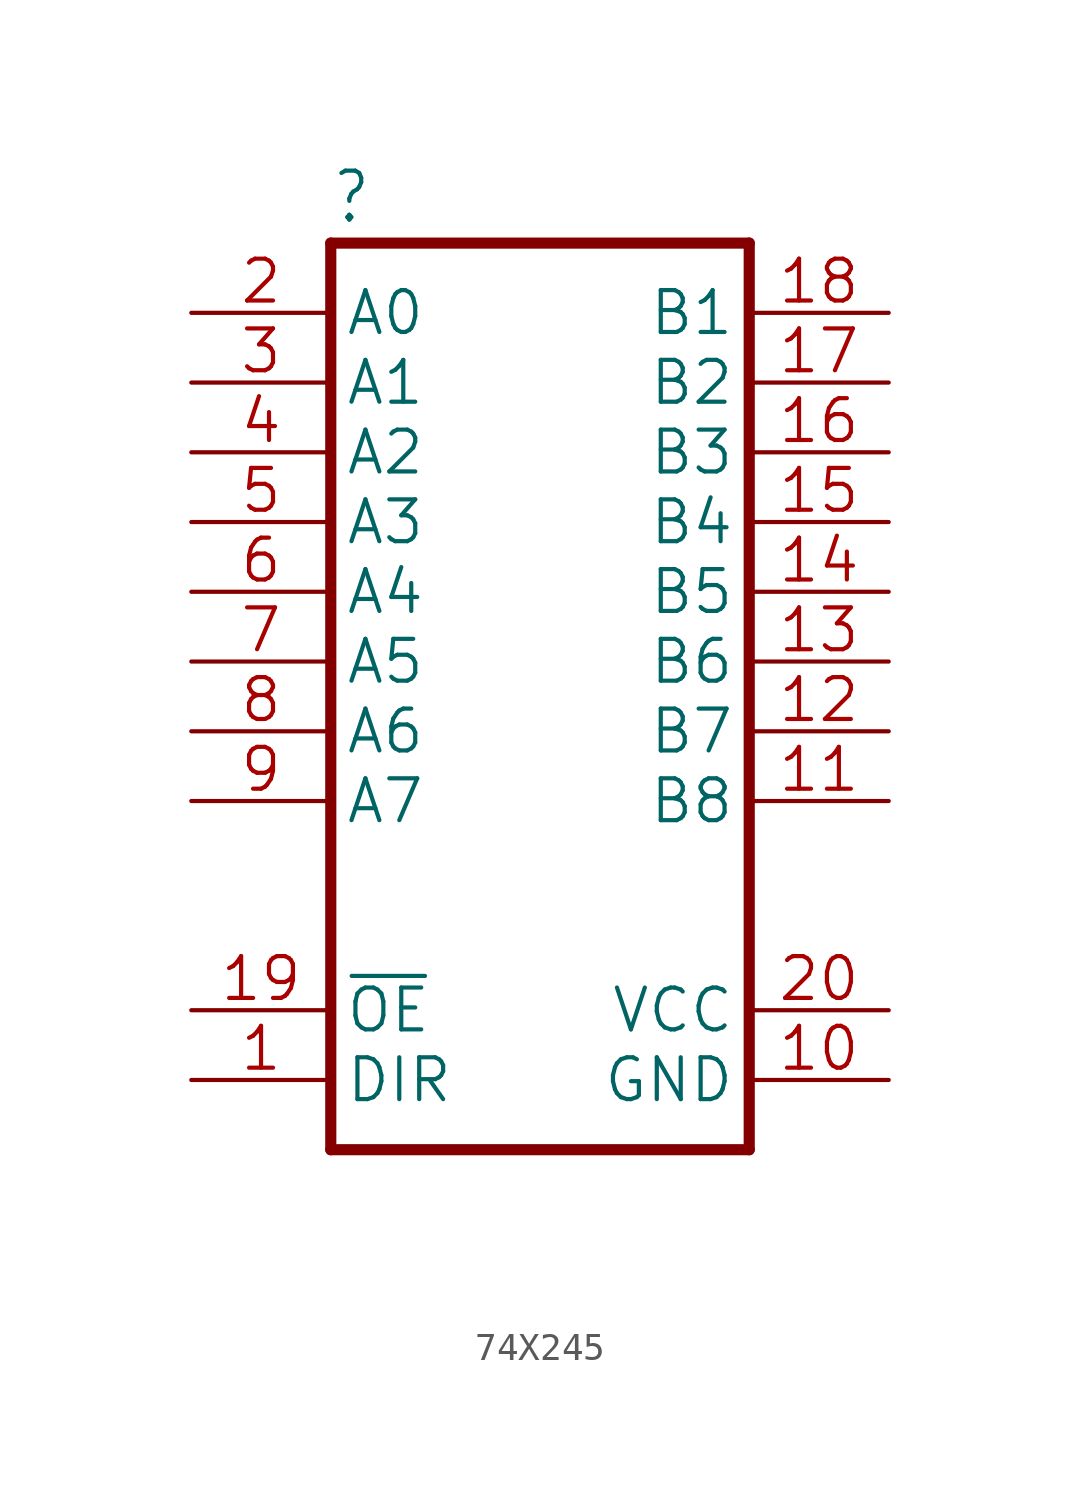
<source format=kicad_sym>
(kicad_symbol_lib
  (version 20241209)
  (generator "kicad_symbol_editor")
  (generator_version "9.0")
  (symbol "74X245"
    (property "Reference" ""
      (at -7.62 18.415 0)
      (effects (font (size 1.778 1.511)) (justify left bottom)))
    (property "Value" ""
      (at -7.62 -17.78 0)
      (effects (font (size 1.778 1.511)) (justify left bottom)))
    (property "ki_locked" ""
      (at 0 0 0)
      (effects (font (size 1.27 1.27))))
    (symbol "74X245_1_0"
      (polyline (pts (xy -7.62 17.78) (xy -7.62 -15.24)) (stroke (width 0.406) (type solid)) (fill (type none)))
      (polyline (pts (xy -7.62 -15.24) (xy 7.62 -15.24)) (stroke (width 0.406) (type solid)) (fill (type none)))
      (polyline (pts (xy 7.62 17.78) (xy -7.62 17.78)) (stroke (width 0.406) (type solid)) (fill (type none)))
      (polyline (pts (xy 7.62 -15.24) (xy 7.62 17.78)) (stroke (width 0.406) (type solid)) (fill (type none)))
      (pin input line (at -12.7 15.24 0) (length 5.08) (name "A0" (effects (font (size 1.524 1.524)))) (number "2" (effects (font (size 1.524 1.524)))))
      (pin input line (at -12.7 12.7 0) (length 5.08) (name "A1" (effects (font (size 1.524 1.524)))) (number "3" (effects (font (size 1.524 1.524)))))
      (pin input line (at -12.7 10.16 0) (length 5.08) (name "A2" (effects (font (size 1.524 1.524)))) (number "4" (effects (font (size 1.524 1.524)))))
      (pin input line (at -12.7 7.62 0) (length 5.08) (name "A3" (effects (font (size 1.524 1.524)))) (number "5" (effects (font (size 1.524 1.524)))))
      (pin input line (at -12.7 5.08 0) (length 5.08) (name "A4" (effects (font (size 1.524 1.524)))) (number "6" (effects (font (size 1.524 1.524)))))
      (pin input line (at -12.7 2.54 0) (length 5.08) (name "A5" (effects (font (size 1.524 1.524)))) (number "7" (effects (font (size 1.524 1.524)))))
      (pin input line (at -12.7 0 0) (length 5.08) (name "A6" (effects (font (size 1.524 1.524)))) (number "8" (effects (font (size 1.524 1.524)))))
      (pin input line (at -12.7 -2.54 0) (length 5.08) (name "A7" (effects (font (size 1.524 1.524)))) (number "9" (effects (font (size 1.524 1.524)))))
      (pin input line (at -12.7 -10.16 0) (length 5.08) (name "~{OE}" (effects (font (size 1.524 1.524)))) (number "19" (effects (font (size 1.524 1.524)))))
      (pin input line (at -12.7 -12.7 0) (length 5.08) (name "DIR" (effects (font (size 1.524 1.524)))) (number "1" (effects (font (size 1.524 1.524)))))
      (pin output line (at 12.7 15.24 180) (length 5.08) (name "B1" (effects (font (size 1.524 1.524)))) (number "18" (effects (font (size 1.524 1.524)))))
      (pin output line (at 12.7 12.7 180) (length 5.08) (name "B2" (effects (font (size 1.524 1.524)))) (number "17" (effects (font (size 1.524 1.524)))))
      (pin output line (at 12.7 10.16 180) (length 5.08) (name "B3" (effects (font (size 1.524 1.524)))) (number "16" (effects (font (size 1.524 1.524)))))
      (pin output line (at 12.7 7.62 180) (length 5.08) (name "B4" (effects (font (size 1.524 1.524)))) (number "15" (effects (font (size 1.524 1.524)))))
      (pin output line (at 12.7 5.08 180) (length 5.08) (name "B5" (effects (font (size 1.524 1.524)))) (number "14" (effects (font (size 1.524 1.524)))))
      (pin output line (at 12.7 2.54 180) (length 5.08) (name "B6" (effects (font (size 1.524 1.524)))) (number "13" (effects (font (size 1.524 1.524)))))
      (pin output line (at 12.7 0 180) (length 5.08) (name "B7" (effects (font (size 1.524 1.524)))) (number "12" (effects (font (size 1.524 1.524)))))
      (pin output line (at 12.7 -2.54 180) (length 5.08) (name "B8" (effects (font (size 1.524 1.524)))) (number "11" (effects (font (size 1.524 1.524)))))
      (pin power_in line (at 12.7 -10.16 180) (length 5.08) (name "VCC" (effects (font (size 1.524 1.524)))) (number "20" (effects (font (size 1.524 1.524)))))
      (pin power_in line (at 12.7 -12.7 180) (length 5.08) (name "GND" (effects (font (size 1.524 1.524)))) (number "10" (effects (font (size 1.524 1.524))))))))
</source>
